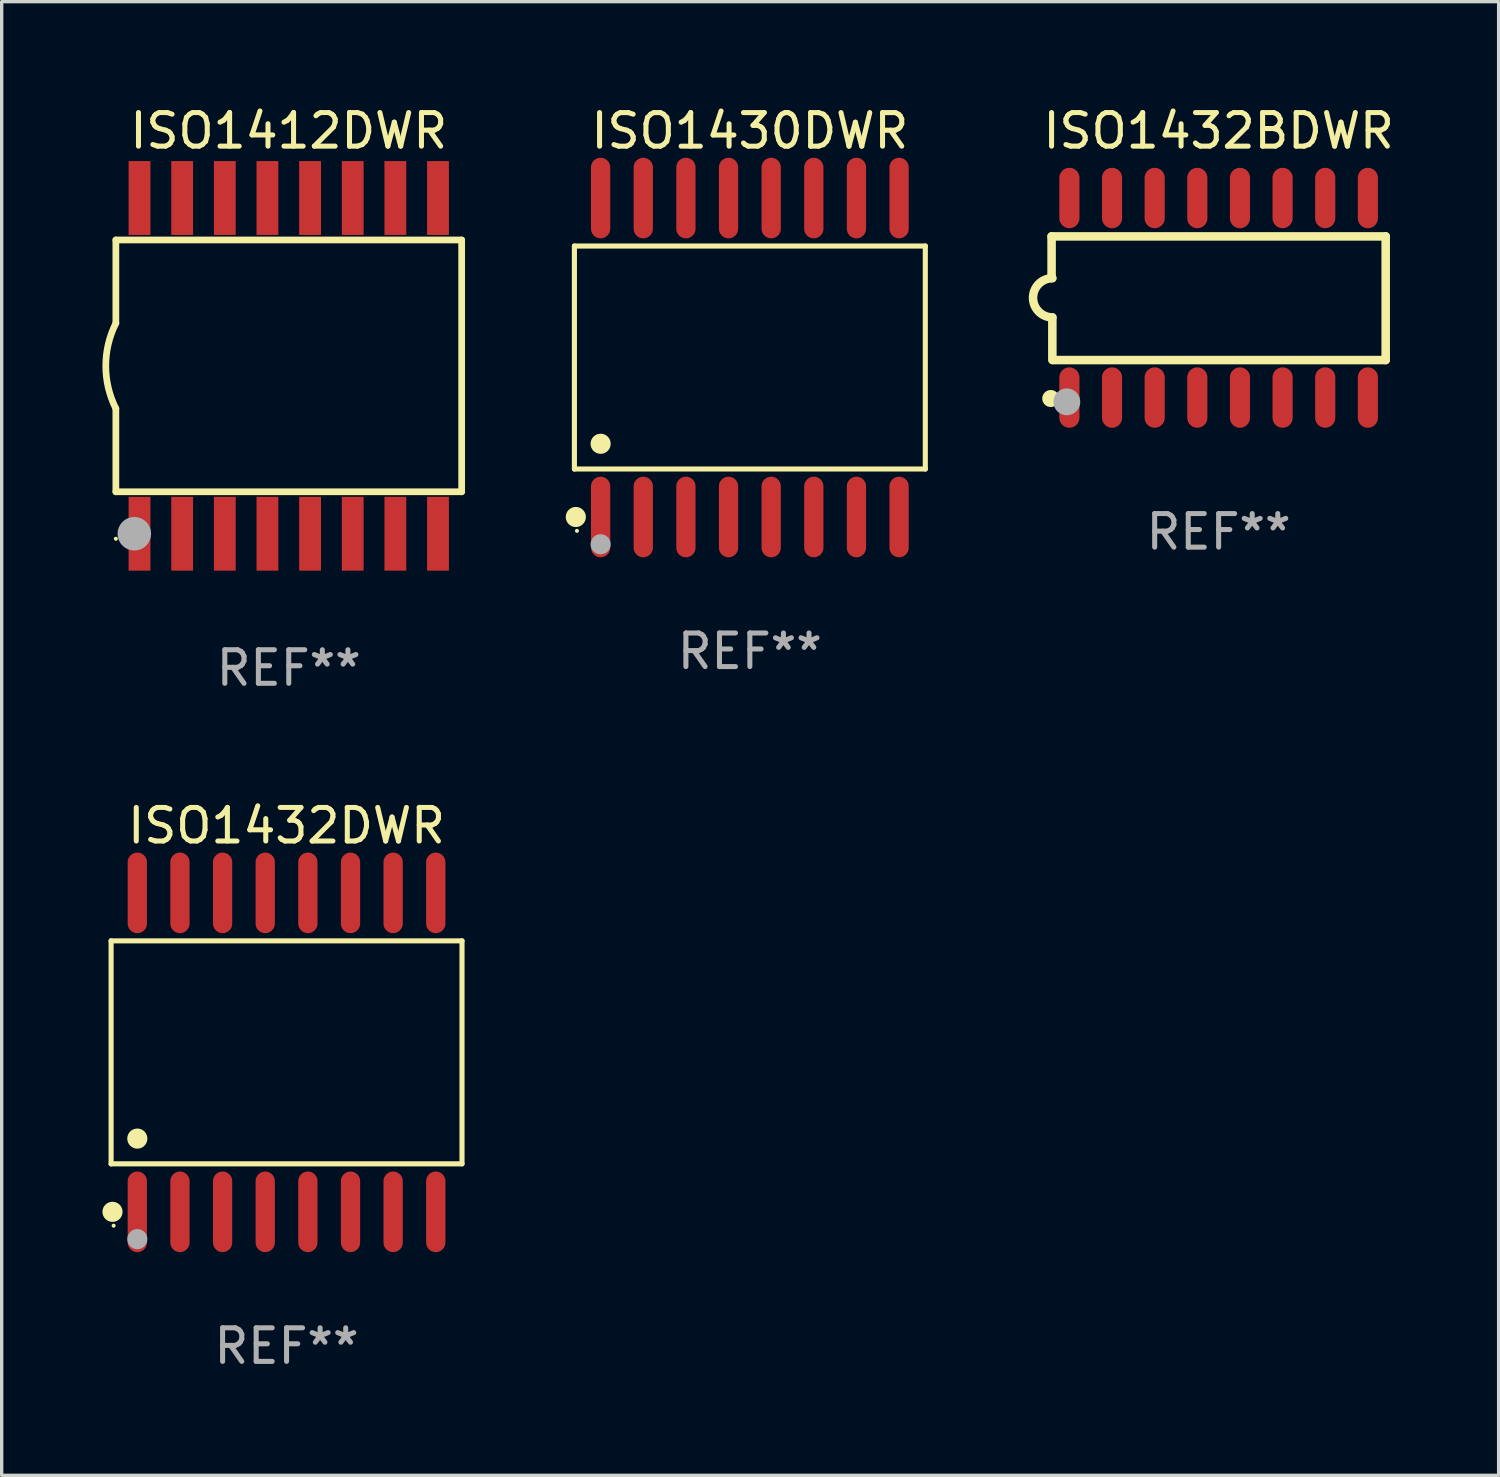
<source format=kicad_pcb>
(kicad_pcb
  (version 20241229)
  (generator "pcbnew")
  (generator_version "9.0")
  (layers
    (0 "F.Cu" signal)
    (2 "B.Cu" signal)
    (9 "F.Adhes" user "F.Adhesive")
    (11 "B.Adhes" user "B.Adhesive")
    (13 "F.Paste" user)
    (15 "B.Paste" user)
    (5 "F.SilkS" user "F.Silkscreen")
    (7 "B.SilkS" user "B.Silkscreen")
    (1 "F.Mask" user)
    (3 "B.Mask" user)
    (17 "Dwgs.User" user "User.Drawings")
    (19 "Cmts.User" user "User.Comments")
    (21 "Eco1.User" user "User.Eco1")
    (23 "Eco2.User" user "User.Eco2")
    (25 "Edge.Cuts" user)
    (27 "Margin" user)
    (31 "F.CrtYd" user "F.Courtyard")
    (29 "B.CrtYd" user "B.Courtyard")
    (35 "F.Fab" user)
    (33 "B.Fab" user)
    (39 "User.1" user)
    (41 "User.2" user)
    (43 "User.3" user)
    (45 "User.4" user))
  (footprint "ISO1430DWR"
    (layer "F.Cu")
    (at 19.285 7.599)
    (property "Reference" "ISO1430DWR" (at 0 -6.75 0) (layer "F.SilkS") (effects (font (size 1 1) (thickness 0.15))))
    (attr through_hole)
    (fp_line (start -5.226 -3.321) (end 5.226 -3.321) (stroke (width 0.152) (type solid)) (layer "F.SilkS"))
    (fp_line (start -5.226 3.321) (end -5.226 -3.321) (stroke (width 0.152) (type solid)) (layer "F.SilkS"))
    (fp_line (start 5.226 -3.321) (end 5.226 3.321) (stroke (width 0.152) (type solid)) (layer "F.SilkS"))
    (fp_line (start 5.226 3.321) (end -5.226 3.321) (stroke (width 0.152) (type solid)) (layer "F.SilkS"))
    (fp_circle (center -5.184 4.75) (end -5.034 4.75) (stroke (width 0.3) (type solid)) (fill no) (layer "F.SilkS"))
    (fp_circle (center -5.15 5.163) (end -5.12 5.163) (stroke (width 0.06) (type solid)) (fill no) (layer "F.SilkS"))
    (fp_circle (center -4.445 2.569) (end -4.295 2.569) (stroke (width 0.3) (type solid)) (fill no) (layer "F.SilkS"))
    (fp_circle (center -4.445 5.563) (end -4.295 5.563) (stroke (width 0.3) (type solid)) (fill no) (layer "F.Fab"))
    (fp_text user "REF**" (at 0 8.75 0) (layer "F.Fab") (effects (font (size 1 1) (thickness 0.15))))
    (pad "1" smd oval (at -4.445 4.75) (size 0.574 2.401) (layers "F.Cu" "F.Mask" "F.Paste"))
    (pad "2" smd oval (at -3.175 4.75) (size 0.574 2.401) (layers "F.Cu" "F.Mask" "F.Paste"))
    (pad "3" smd oval (at -1.905 4.75) (size 0.574 2.401) (layers "F.Cu" "F.Mask" "F.Paste"))
    (pad "4" smd oval (at -0.635 4.75) (size 0.574 2.401) (layers "F.Cu" "F.Mask" "F.Paste"))
    (pad "5" smd oval (at 0.635 4.75) (size 0.574 2.401) (layers "F.Cu" "F.Mask" "F.Paste"))
    (pad "6" smd oval (at 1.905 4.75) (size 0.574 2.401) (layers "F.Cu" "F.Mask" "F.Paste"))
    (pad "7" smd oval (at 3.175 4.75) (size 0.574 2.401) (layers "F.Cu" "F.Mask" "F.Paste"))
    (pad "8" smd oval (at 4.445 4.75) (size 0.574 2.401) (layers "F.Cu" "F.Mask" "F.Paste"))
    (pad "9" smd oval (at 4.445 -4.75) (size 0.574 2.401) (layers "F.Cu" "F.Mask" "F.Paste"))
    (pad "10" smd oval (at 3.175 -4.75) (size 0.574 2.401) (layers "F.Cu" "F.Mask" "F.Paste"))
    (pad "11" smd oval (at 1.905 -4.75) (size 0.574 2.401) (layers "F.Cu" "F.Mask" "F.Paste"))
    (pad "12" smd oval (at 0.635 -4.75) (size 0.574 2.401) (layers "F.Cu" "F.Mask" "F.Paste"))
    (pad "13" smd oval (at -0.635 -4.75) (size 0.574 2.401) (layers "F.Cu" "F.Mask" "F.Paste"))
    (pad "14" smd oval (at -1.905 -4.75) (size 0.574 2.401) (layers "F.Cu" "F.Mask" "F.Paste"))
    (pad "15" smd oval (at -3.175 -4.75) (size 0.574 2.401) (layers "F.Cu" "F.Mask" "F.Paste"))
    (pad "16" smd oval (at -4.445 -4.75) (size 0.574 2.401) (layers "F.Cu" "F.Mask" "F.Paste")))
  (footprint "ISO1432BDWR"
    (layer "F.Cu")
    (at 33.248 5.82)
    (property "Reference" "ISO1432BDWR" (at 0 -4.972 0) (layer "F.SilkS") (effects (font (size 1 1) (thickness 0.15))))
    (attr through_hole)
    (fp_line (start -4.976 -1.829) (end -4.976 -0.584) (stroke (width 0.254) (type solid)) (layer "F.SilkS"))
    (fp_line (start -4.953 0.584) (end -4.953 1.854) (stroke (width 0.254) (type solid)) (layer "F.SilkS"))
    (fp_line (start -4.928 1.854) (end 4.976 1.854) (stroke (width 0.254) (type solid)) (layer "F.SilkS"))
    (fp_line (start 4.976 -1.829) (end -4.976 -1.829) (stroke (width 0.254) (type solid)) (layer "F.SilkS"))
    (fp_line (start 4.976 1.854) (end 4.976 -1.829) (stroke (width 0.254) (type solid)) (layer "F.SilkS"))
    (fp_arc (start -4.95301 0.584201) (mid -5.533866 -0.00152) (end -4.950088 -0.584329) (stroke (width 0.254001) (type solid)) (layer "F.SilkS"))
    (fp_circle (center -5 3) (end -4.873 3) (stroke (width 0.254) (type solid)) (fill no) (layer "F.SilkS"))
    (fp_circle (center -4.521 3.099) (end -4.321 3.099) (stroke (width 0.4) (type solid)) (fill no) (layer "F.Fab"))
    (fp_text user "REF**" (at 0 6.972 0) (layer "F.Fab") (effects (font (size 1 1) (thickness 0.15))))
    (pad "1" smd oval (at -4.445 2.972 180) (size 0.6 1.8) (layers "F.Cu" "F.Mask" "F.Paste"))
    (pad "2" smd oval (at -3.175 2.972 180) (size 0.6 1.8) (layers "F.Cu" "F.Mask" "F.Paste"))
    (pad "3" smd oval (at -1.905 2.972 180) (size 0.6 1.8) (layers "F.Cu" "F.Mask" "F.Paste"))
    (pad "4" smd oval (at -0.635 2.972 180) (size 0.6 1.8) (layers "F.Cu" "F.Mask" "F.Paste"))
    (pad "5" smd oval (at 0.635 2.972 180) (size 0.6 1.8) (layers "F.Cu" "F.Mask" "F.Paste"))
    (pad "6" smd oval (at 1.905 2.972 180) (size 0.6 1.8) (layers "F.Cu" "F.Mask" "F.Paste"))
    (pad "7" smd oval (at 3.175 2.972 180) (size 0.6 1.8) (layers "F.Cu" "F.Mask" "F.Paste"))
    (pad "8" smd oval (at 4.445 2.972 180) (size 0.6 1.8) (layers "F.Cu" "F.Mask" "F.Paste"))
    (pad "9" smd oval (at 4.445 -2.972 180) (size 0.6 1.8) (layers "F.Cu" "F.Mask" "F.Paste"))
    (pad "10" smd oval (at 3.175 -2.972 180) (size 0.6 1.8) (layers "F.Cu" "F.Mask" "F.Paste"))
    (pad "11" smd oval (at 1.905 -2.972 180) (size 0.6 1.8) (layers "F.Cu" "F.Mask" "F.Paste"))
    (pad "12" smd oval (at 0.635 -2.972 180) (size 0.6 1.8) (layers "F.Cu" "F.Mask" "F.Paste"))
    (pad "13" smd oval (at -0.635 -2.972 180) (size 0.6 1.8) (layers "F.Cu" "F.Mask" "F.Paste"))
    (pad "14" smd oval (at -1.905 -2.972 180) (size 0.6 1.8) (layers "F.Cu" "F.Mask" "F.Paste"))
    (pad "15" smd oval (at -3.175 -2.972 180) (size 0.6 1.8) (layers "F.Cu" "F.Mask" "F.Paste"))
    (pad "16" smd oval (at -4.445 -2.972 180) (size 0.6 1.8) (layers "F.Cu" "F.Mask" "F.Paste")))
  (footprint "ISO1412DWR"
    (layer "F.Cu")
    (at 5.551 7.848)
    (property "Reference" "ISO1412DWR" (at 0 -7 0) (layer "F.SilkS") (effects (font (size 1 1) (thickness 0.15))))
    (attr through_hole)
    (fp_line (start -5.15 -3.75) (end -5.15 -1.27) (stroke (width 0.2) (type solid)) (layer "F.SilkS"))
    (fp_line (start -5.15 -3.75) (end 5.15 -3.75) (stroke (width 0.2) (type solid)) (layer "F.SilkS"))
    (fp_line (start -5.15 3.75) (end -5.15 1.27) (stroke (width 0.2) (type solid)) (layer "F.SilkS"))
    (fp_line (start 5.15 -3.75) (end 5.15 3.75) (stroke (width 0.2) (type solid)) (layer "F.SilkS"))
    (fp_line (start 5.15 3.75) (end -5.15 3.75) (stroke (width 0.2) (type solid)) (layer "F.SilkS"))
    (fp_arc (start -5.151131 1.270003) (mid -5.450556 -0.000132) (end -5.150013 -1.270003) (stroke (width 0.2) (type solid)) (layer "F.SilkS"))
    (fp_circle (center -5.15 5.15) (end -5.12 5.15) (stroke (width 0.06) (type solid)) (fill no) (layer "F.SilkS"))
    (fp_circle (center -4.6 5) (end -4.35 5) (stroke (width 0.5) (type solid)) (fill no) (layer "F.Fab"))
    (fp_text user "REF**" (at 0 9 0) (layer "F.Fab") (effects (font (size 1 1) (thickness 0.15))))
    (pad "1" smd rect (at -4.445 5) (size 0.65 2.2) (layers "F.Cu" "F.Mask" "F.Paste"))
    (pad "2" smd rect (at -3.175 5) (size 0.65 2.2) (layers "F.Cu" "F.Mask" "F.Paste"))
    (pad "3" smd rect (at -1.905 5) (size 0.65 2.2) (layers "F.Cu" "F.Mask" "F.Paste"))
    (pad "4" smd rect (at -0.635 5) (size 0.65 2.2) (layers "F.Cu" "F.Mask" "F.Paste"))
    (pad "5" smd rect (at 0.635 5) (size 0.65 2.2) (layers "F.Cu" "F.Mask" "F.Paste"))
    (pad "6" smd rect (at 1.905 5) (size 0.65 2.2) (layers "F.Cu" "F.Mask" "F.Paste"))
    (pad "7" smd rect (at 3.175 5) (size 0.65 2.2) (layers "F.Cu" "F.Mask" "F.Paste"))
    (pad "8" smd rect (at 4.445 5) (size 0.65 2.2) (layers "F.Cu" "F.Mask" "F.Paste"))
    (pad "9" smd rect (at 4.445 -5) (size 0.65 2.2) (layers "F.Cu" "F.Mask" "F.Paste"))
    (pad "10" smd rect (at 3.175 -5) (size 0.65 2.2) (layers "F.Cu" "F.Mask" "F.Paste"))
    (pad "11" smd rect (at 1.905 -5) (size 0.65 2.2) (layers "F.Cu" "F.Mask" "F.Paste"))
    (pad "12" smd rect (at 0.635 -5) (size 0.65 2.2) (layers "F.Cu" "F.Mask" "F.Paste"))
    (pad "13" smd rect (at -0.635 -5) (size 0.65 2.2) (layers "F.Cu" "F.Mask" "F.Paste"))
    (pad "14" smd rect (at -1.905 -5) (size 0.65 2.2) (layers "F.Cu" "F.Mask" "F.Paste"))
    (pad "15" smd rect (at -3.175 -5) (size 0.65 2.2) (layers "F.Cu" "F.Mask" "F.Paste"))
    (pad "16" smd rect (at -4.445 -5) (size 0.65 2.2) (layers "F.Cu" "F.Mask" "F.Paste")))
  (footprint "ISO1432DWR"
    (layer "F.Cu")
    (at 5.485 28.295)
    (property "Reference" "ISO1432DWR" (at 0 -6.75 0) (layer "F.SilkS") (effects (font (size 1 1) (thickness 0.15))))
    (attr through_hole)
    (fp_line (start -5.226 -3.321) (end 5.226 -3.321) (stroke (width 0.152) (type solid)) (layer "F.SilkS"))
    (fp_line (start -5.226 3.321) (end -5.226 -3.321) (stroke (width 0.152) (type solid)) (layer "F.SilkS"))
    (fp_line (start 5.226 -3.321) (end 5.226 3.321) (stroke (width 0.152) (type solid)) (layer "F.SilkS"))
    (fp_line (start 5.226 3.321) (end -5.226 3.321) (stroke (width 0.152) (type solid)) (layer "F.SilkS"))
    (fp_circle (center -5.184 4.75) (end -5.034 4.75) (stroke (width 0.3) (type solid)) (fill no) (layer "F.SilkS"))
    (fp_circle (center -5.15 5.163) (end -5.12 5.163) (stroke (width 0.06) (type solid)) (fill no) (layer "F.SilkS"))
    (fp_circle (center -4.445 2.569) (end -4.295 2.569) (stroke (width 0.3) (type solid)) (fill no) (layer "F.SilkS"))
    (fp_circle (center -4.445 5.563) (end -4.295 5.563) (stroke (width 0.3) (type solid)) (fill no) (layer "F.Fab"))
    (fp_text user "REF**" (at 0 8.75 0) (layer "F.Fab") (effects (font (size 1 1) (thickness 0.15))))
    (pad "1" smd oval (at -4.445 4.75) (size 0.574 2.401) (layers "F.Cu" "F.Mask" "F.Paste"))
    (pad "2" smd oval (at -3.175 4.75) (size 0.574 2.401) (layers "F.Cu" "F.Mask" "F.Paste"))
    (pad "3" smd oval (at -1.905 4.75) (size 0.574 2.401) (layers "F.Cu" "F.Mask" "F.Paste"))
    (pad "4" smd oval (at -0.635 4.75) (size 0.574 2.401) (layers "F.Cu" "F.Mask" "F.Paste"))
    (pad "5" smd oval (at 0.635 4.75) (size 0.574 2.401) (layers "F.Cu" "F.Mask" "F.Paste"))
    (pad "6" smd oval (at 1.905 4.75) (size 0.574 2.401) (layers "F.Cu" "F.Mask" "F.Paste"))
    (pad "7" smd oval (at 3.175 4.75) (size 0.574 2.401) (layers "F.Cu" "F.Mask" "F.Paste"))
    (pad "8" smd oval (at 4.445 4.75) (size 0.574 2.401) (layers "F.Cu" "F.Mask" "F.Paste"))
    (pad "9" smd oval (at 4.445 -4.75) (size 0.574 2.401) (layers "F.Cu" "F.Mask" "F.Paste"))
    (pad "10" smd oval (at 3.175 -4.75) (size 0.574 2.401) (layers "F.Cu" "F.Mask" "F.Paste"))
    (pad "11" smd oval (at 1.905 -4.75) (size 0.574 2.401) (layers "F.Cu" "F.Mask" "F.Paste"))
    (pad "12" smd oval (at 0.635 -4.75) (size 0.574 2.401) (layers "F.Cu" "F.Mask" "F.Paste"))
    (pad "13" smd oval (at -0.635 -4.75) (size 0.574 2.401) (layers "F.Cu" "F.Mask" "F.Paste"))
    (pad "14" smd oval (at -1.905 -4.75) (size 0.574 2.401) (layers "F.Cu" "F.Mask" "F.Paste"))
    (pad "15" smd oval (at -3.175 -4.75) (size 0.574 2.401) (layers "F.Cu" "F.Mask" "F.Paste"))
    (pad "16" smd oval (at -4.445 -4.75) (size 0.574 2.401) (layers "F.Cu" "F.Mask" "F.Paste")))
  (gr_rect
    (start -3 -3)
    (end 41.588 40.894)
    (stroke (width 0.1) (type default))
    (fill no)
    (layer "Edge.Cuts")))
</source>
